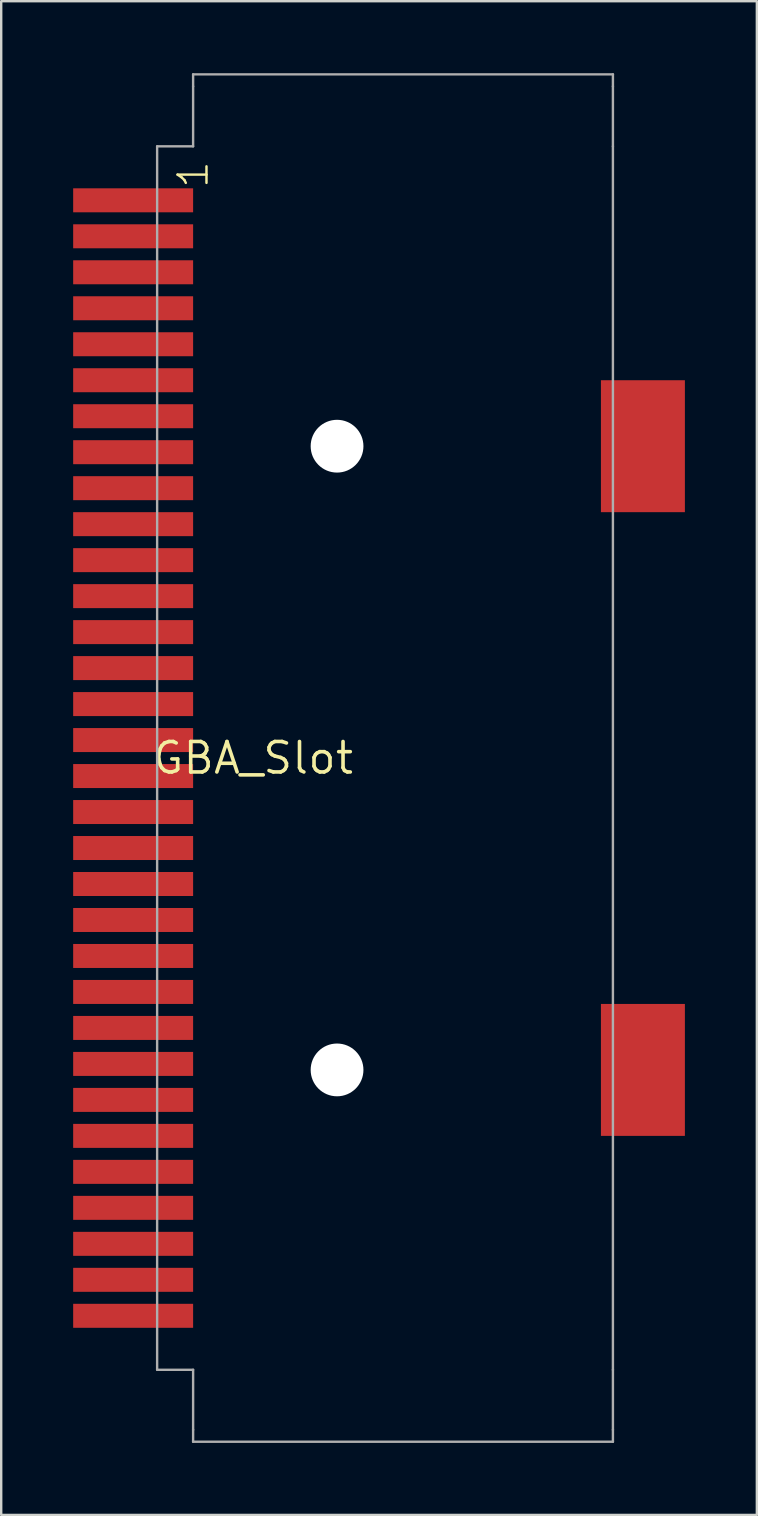
<source format=kicad_pcb>
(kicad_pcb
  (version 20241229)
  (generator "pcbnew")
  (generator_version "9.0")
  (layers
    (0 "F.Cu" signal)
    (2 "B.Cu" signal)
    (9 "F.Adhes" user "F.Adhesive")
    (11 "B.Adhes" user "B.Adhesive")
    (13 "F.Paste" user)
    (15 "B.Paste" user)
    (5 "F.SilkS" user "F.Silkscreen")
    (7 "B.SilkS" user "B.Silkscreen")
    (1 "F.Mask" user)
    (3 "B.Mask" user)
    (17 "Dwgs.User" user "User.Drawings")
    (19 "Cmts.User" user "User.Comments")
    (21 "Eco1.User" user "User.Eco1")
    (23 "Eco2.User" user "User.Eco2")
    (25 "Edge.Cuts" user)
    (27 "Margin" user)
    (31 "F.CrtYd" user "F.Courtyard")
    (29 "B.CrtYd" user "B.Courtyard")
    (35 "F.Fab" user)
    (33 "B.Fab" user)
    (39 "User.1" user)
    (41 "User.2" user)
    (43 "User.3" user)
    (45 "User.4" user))
  (footprint "GBA_Slot"
    (layer "F.Cu")
    (at 7.5 28.55)
    (property "Reference" "GBA_Slot" (at 0 0 0) (layer "F.SilkS") (effects (font (size 1.27 1.27) (thickness 0.15))))
    (attr through_hole)
    (fp_line (start -4 -25.5) (end -4 25.5) (stroke (width 0.1) (type solid)) (layer "F.Fab"))
    (fp_line (start -4 25.5) (end -2.5 25.5) (stroke (width 0.1) (type solid)) (layer "F.Fab"))
    (fp_line (start -2.5 -28.5) (end -2.5 -28) (stroke (width 0.1) (type solid)) (layer "F.Fab"))
    (fp_line (start -2.5 -25.5) (end -4 -25.5) (stroke (width 0.1) (type solid)) (layer "F.Fab"))
    (fp_line (start -2.5 -25.5) (end -2.5 -28) (stroke (width 0.1) (type solid)) (layer "F.Fab"))
    (fp_line (start -2.5 25.5) (end -2.5 28) (stroke (width 0.1) (type solid)) (layer "F.Fab"))
    (fp_line (start -2.5 28) (end -2.5 28.5) (stroke (width 0.1) (type solid)) (layer "F.Fab"))
    (fp_line (start 15 -28.5) (end -2.5 -28.5) (stroke (width 0.1) (type solid)) (layer "F.Fab"))
    (fp_line (start 15 -28) (end 15 -28.5) (stroke (width 0.1) (type solid)) (layer "F.Fab"))
    (fp_line (start 15 -28) (end 15 -25.5) (stroke (width 0.1) (type solid)) (layer "F.Fab"))
    (fp_line (start 15 -25.5) (end 15 25.5) (stroke (width 0.1) (type solid)) (layer "F.Fab"))
    (fp_line (start 15 28) (end 15 25.5) (stroke (width 0.1) (type solid)) (layer "F.Fab"))
    (fp_line (start 15 28) (end 15 28.5) (stroke (width 0.1) (type solid)) (layer "F.Fab"))
    (fp_line (start 15 28.5) (end -2.5 28.5) (stroke (width 0.1) (type solid)) (layer "F.Fab"))
    (fp_text user "1" (at -1.79 -23.68 270) (layer "F.SilkS") (effects (font (size 1.206 1.206) (thickness 0.102)) (justify left bottom)))
    (pad "" np_thru_hole circle (at 3.5 -13) (size 2.2 2.2) (drill 2.2) (layers "*.Cu" "*.Mask"))
    (pad "" np_thru_hole circle (at 3.5 13) (size 2.2 2.2) (drill 2.2) (layers "*.Cu" "*.Mask"))
    (pad "1" smd rect (at -5 -23.25 180) (size 5 1) (layers "F.Cu" "F.Mask" "F.Paste"))
    (pad "2" smd rect (at -5 -21.75 180) (size 5 1) (layers "F.Cu" "F.Mask" "F.Paste"))
    (pad "3" smd rect (at -5 -20.25 180) (size 5 1) (layers "F.Cu" "F.Mask" "F.Paste"))
    (pad "4" smd rect (at -5 -18.75 180) (size 5 1) (layers "F.Cu" "F.Mask" "F.Paste"))
    (pad "5" smd rect (at -5 -17.25 180) (size 5 1) (layers "F.Cu" "F.Mask" "F.Paste"))
    (pad "6" smd rect (at -5 -15.75 180) (size 5 1) (layers "F.Cu" "F.Mask" "F.Paste"))
    (pad "7" smd rect (at -5 -14.25 180) (size 5 1) (layers "F.Cu" "F.Mask" "F.Paste"))
    (pad "8" smd rect (at -5 -12.75 180) (size 5 1) (layers "F.Cu" "F.Mask" "F.Paste"))
    (pad "9" smd rect (at -5 -11.25 180) (size 5 1) (layers "F.Cu" "F.Mask" "F.Paste"))
    (pad "10" smd rect (at -5 -9.75 180) (size 5 1) (layers "F.Cu" "F.Mask" "F.Paste"))
    (pad "11" smd rect (at -5 -8.25 180) (size 5 1) (layers "F.Cu" "F.Mask" "F.Paste"))
    (pad "12" smd rect (at -5 -6.75 180) (size 5 1) (layers "F.Cu" "F.Mask" "F.Paste"))
    (pad "13" smd rect (at -5 -5.25 180) (size 5 1) (layers "F.Cu" "F.Mask" "F.Paste"))
    (pad "14" smd rect (at -5 -3.75 180) (size 5 1) (layers "F.Cu" "F.Mask" "F.Paste"))
    (pad "15" smd rect (at -5 -2.25 180) (size 5 1) (layers "F.Cu" "F.Mask" "F.Paste"))
    (pad "16" smd rect (at -5 -0.75 180) (size 5 1) (layers "F.Cu" "F.Mask" "F.Paste"))
    (pad "17" smd rect (at -5 0.75 180) (size 5 1) (layers "F.Cu" "F.Mask" "F.Paste"))
    (pad "18" smd rect (at -5 2.25 180) (size 5 1) (layers "F.Cu" "F.Mask" "F.Paste"))
    (pad "19" smd rect (at -5 3.75 180) (size 5 1) (layers "F.Cu" "F.Mask" "F.Paste"))
    (pad "20" smd rect (at -5 5.25 180) (size 5 1) (layers "F.Cu" "F.Mask" "F.Paste"))
    (pad "21" smd rect (at -5 6.75 180) (size 5 1) (layers "F.Cu" "F.Mask" "F.Paste"))
    (pad "22" smd rect (at -5 8.25 180) (size 5 1) (layers "F.Cu" "F.Mask" "F.Paste"))
    (pad "23" smd rect (at -5 9.75 180) (size 5 1) (layers "F.Cu" "F.Mask" "F.Paste"))
    (pad "24" smd rect (at -5 11.25 180) (size 5 1) (layers "F.Cu" "F.Mask" "F.Paste"))
    (pad "25" smd rect (at -5 12.75 180) (size 5 1) (layers "F.Cu" "F.Mask" "F.Paste"))
    (pad "26" smd rect (at -5 14.25 180) (size 5 1) (layers "F.Cu" "F.Mask" "F.Paste"))
    (pad "27" smd rect (at -5 15.75 180) (size 5 1) (layers "F.Cu" "F.Mask" "F.Paste"))
    (pad "28" smd rect (at -5 17.25 180) (size 5 1) (layers "F.Cu" "F.Mask" "F.Paste"))
    (pad "29" smd rect (at -5 18.75 180) (size 5 1) (layers "F.Cu" "F.Mask" "F.Paste"))
    (pad "30" smd rect (at -5 20.25 180) (size 5 1) (layers "F.Cu" "F.Mask" "F.Paste"))
    (pad "31" smd rect (at -5 21.75 180) (size 5 1) (layers "F.Cu" "F.Mask" "F.Paste"))
    (pad "32" smd rect (at -5 23.25 180) (size 5 1) (layers "F.Cu" "F.Mask" "F.Paste"))
    (pad "SH1" smd rect (at 16.25 13 270) (size 5.5 3.5) (layers "F.Cu" "F.Mask" "F.Paste"))
    (pad "SH2" smd rect (at 16.25 -13 270) (size 5.5 3.5) (layers "F.Cu" "F.Mask" "F.Paste")))
  (gr_rect
    (start -3 -3)
    (end 28.5 60.1)
    (stroke (width 0.1) (type default))
    (fill no)
    (layer "Edge.Cuts")))
</source>
